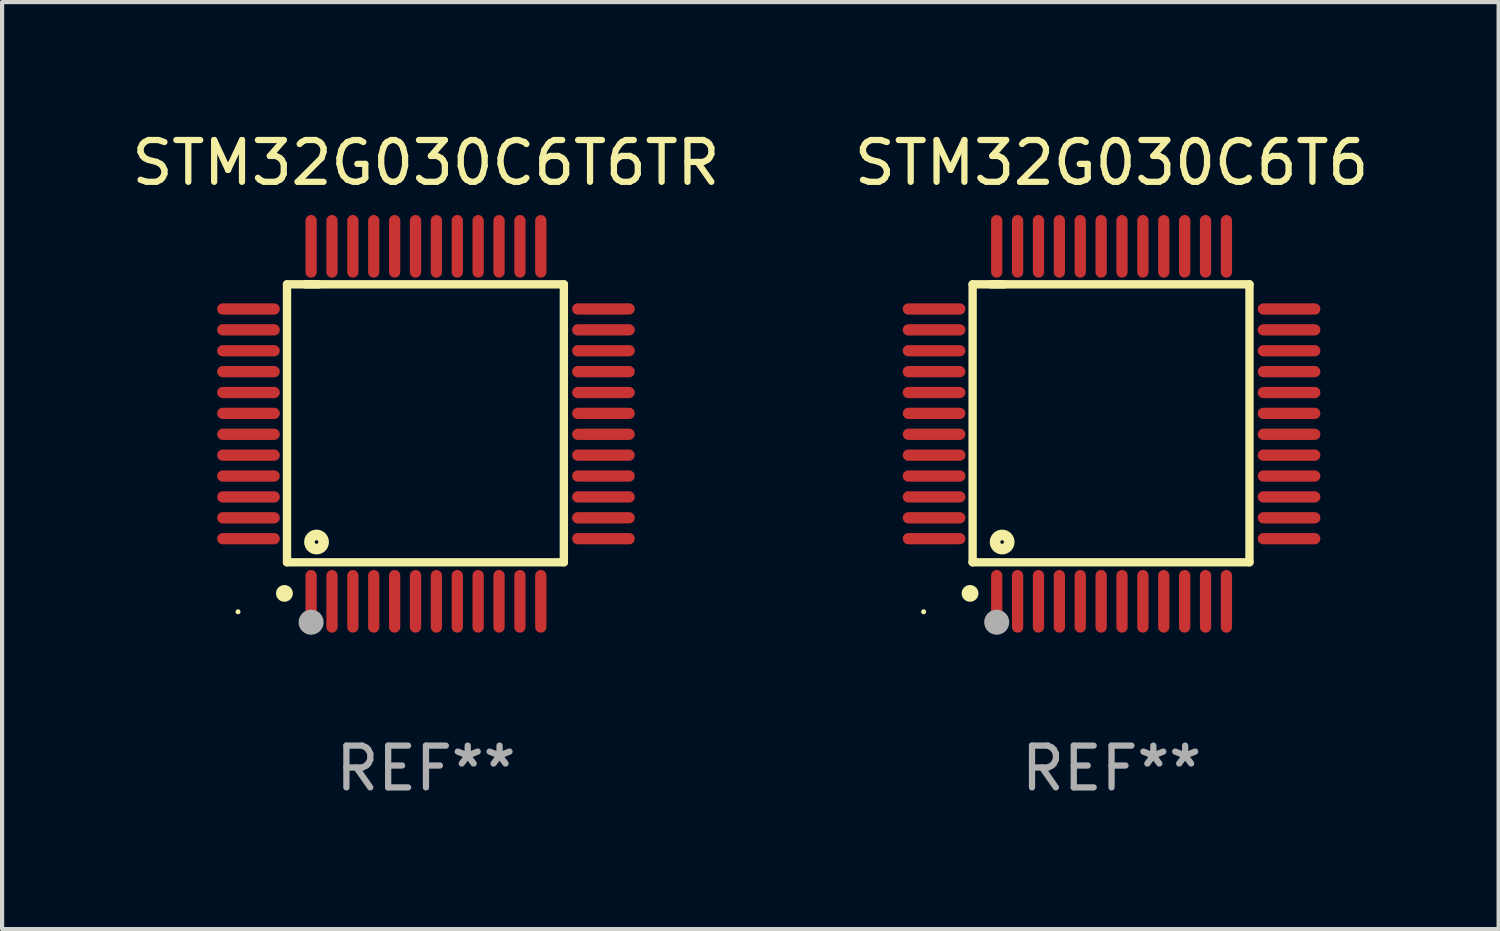
<source format=kicad_pcb>
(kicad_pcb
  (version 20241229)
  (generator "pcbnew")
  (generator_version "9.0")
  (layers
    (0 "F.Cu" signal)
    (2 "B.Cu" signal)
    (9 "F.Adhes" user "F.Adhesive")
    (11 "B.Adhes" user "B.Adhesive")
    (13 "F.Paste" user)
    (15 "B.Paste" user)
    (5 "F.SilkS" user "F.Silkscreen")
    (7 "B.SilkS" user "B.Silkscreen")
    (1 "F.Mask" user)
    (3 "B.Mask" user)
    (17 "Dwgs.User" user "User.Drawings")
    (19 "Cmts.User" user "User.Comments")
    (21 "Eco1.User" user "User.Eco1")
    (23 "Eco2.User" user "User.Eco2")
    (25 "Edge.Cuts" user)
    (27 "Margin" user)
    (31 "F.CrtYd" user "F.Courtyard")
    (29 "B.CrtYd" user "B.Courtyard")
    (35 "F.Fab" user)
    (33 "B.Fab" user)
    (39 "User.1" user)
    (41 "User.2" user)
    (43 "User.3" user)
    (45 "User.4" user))
  (footprint "STM32G030C6T6TR"
    (layer "F.Cu")
    (at 7.149 7.098)
    (property "Reference" "STM32G030C6T6TR" (at 0 -6.25 0) (layer "F.SilkS") (effects (font (size 1 1) (thickness 0.15))))
    (attr through_hole)
    (fp_line (start -3.327 -3.34) (end -2.565 -3.34) (stroke (width 0.2) (type solid)) (layer "F.SilkS"))
    (fp_line (start -3.327 3.315) (end -3.327 -3.34) (stroke (width 0.2) (type solid)) (layer "F.SilkS"))
    (fp_line (start -2.896 -3.34) (end 3.302 -3.34) (stroke (width 0.2) (type solid)) (layer "F.SilkS"))
    (fp_line (start 3.302 -3.34) (end 3.302 3.315) (stroke (width 0.2) (type solid)) (layer "F.SilkS"))
    (fp_line (start 3.302 3.315) (end -3.327 3.315) (stroke (width 0.2) (type solid)) (layer "F.SilkS"))
    (fp_arc (start -3.389992 4.059995) (mid -3.388722 4.059991) (end -3.387452 4.059995) (stroke (width 0.4) (type solid)) (layer "F.SilkS"))
    (fp_circle (center -4.5 4.5) (end -4.47 4.5) (stroke (width 0.06) (type solid)) (fill no) (layer "F.SilkS"))
    (fp_circle (center -2.62 2.83) (end -2.45 2.83) (stroke (width 0.254) (type solid)) (fill no) (layer "F.SilkS"))
    (fp_circle (center -2.75 4.75) (end -2.6 4.75) (stroke (width 0.3) (type solid)) (fill no) (layer "F.Fab"))
    (fp_text user "REF**" (at 0 8.25 0) (layer "F.Fab") (effects (font (size 1 1) (thickness 0.15))))
    (pad "1" smd oval (at -2.75 4.25) (size 0.27 1.5) (layers "F.Cu" "F.Mask" "F.Paste"))
    (pad "2" smd oval (at -2.25 4.25) (size 0.27 1.5) (layers "F.Cu" "F.Mask" "F.Paste"))
    (pad "3" smd oval (at -1.75 4.25) (size 0.27 1.5) (layers "F.Cu" "F.Mask" "F.Paste"))
    (pad "4" smd oval (at -1.25 4.25) (size 0.27 1.5) (layers "F.Cu" "F.Mask" "F.Paste"))
    (pad "5" smd oval (at -0.75 4.25) (size 0.27 1.5) (layers "F.Cu" "F.Mask" "F.Paste"))
    (pad "6" smd oval (at -0.25 4.25) (size 0.27 1.5) (layers "F.Cu" "F.Mask" "F.Paste"))
    (pad "7" smd oval (at 0.25 4.25) (size 0.27 1.5) (layers "F.Cu" "F.Mask" "F.Paste"))
    (pad "8" smd oval (at 0.75 4.25) (size 0.27 1.5) (layers "F.Cu" "F.Mask" "F.Paste"))
    (pad "9" smd oval (at 1.25 4.25) (size 0.27 1.5) (layers "F.Cu" "F.Mask" "F.Paste"))
    (pad "10" smd oval (at 1.75 4.25) (size 0.27 1.5) (layers "F.Cu" "F.Mask" "F.Paste"))
    (pad "11" smd oval (at 2.25 4.25) (size 0.27 1.5) (layers "F.Cu" "F.Mask" "F.Paste"))
    (pad "12" smd oval (at 2.75 4.25) (size 0.27 1.5) (layers "F.Cu" "F.Mask" "F.Paste"))
    (pad "13" smd oval (at 4.25 2.75) (size 1.5 0.27) (layers "F.Cu" "F.Mask" "F.Paste"))
    (pad "14" smd oval (at 4.25 2.25) (size 1.5 0.27) (layers "F.Cu" "F.Mask" "F.Paste"))
    (pad "15" smd oval (at 4.25 1.75) (size 1.5 0.27) (layers "F.Cu" "F.Mask" "F.Paste"))
    (pad "16" smd oval (at 4.25 1.25) (size 1.5 0.27) (layers "F.Cu" "F.Mask" "F.Paste"))
    (pad "17" smd oval (at 4.25 0.75) (size 1.5 0.27) (layers "F.Cu" "F.Mask" "F.Paste"))
    (pad "18" smd oval (at 4.25 0.25) (size 1.5 0.27) (layers "F.Cu" "F.Mask" "F.Paste"))
    (pad "19" smd oval (at 4.25 -0.25) (size 1.5 0.27) (layers "F.Cu" "F.Mask" "F.Paste"))
    (pad "20" smd oval (at 4.25 -0.75) (size 1.5 0.27) (layers "F.Cu" "F.Mask" "F.Paste"))
    (pad "21" smd oval (at 4.25 -1.25) (size 1.5 0.27) (layers "F.Cu" "F.Mask" "F.Paste"))
    (pad "22" smd oval (at 4.25 -1.75) (size 1.5 0.27) (layers "F.Cu" "F.Mask" "F.Paste"))
    (pad "23" smd oval (at 4.25 -2.25) (size 1.5 0.27) (layers "F.Cu" "F.Mask" "F.Paste"))
    (pad "24" smd oval (at 4.25 -2.75) (size 1.5 0.27) (layers "F.Cu" "F.Mask" "F.Paste"))
    (pad "25" smd oval (at 2.75 -4.25) (size 0.27 1.5) (layers "F.Cu" "F.Mask" "F.Paste"))
    (pad "26" smd oval (at 2.25 -4.25) (size 0.27 1.5) (layers "F.Cu" "F.Mask" "F.Paste"))
    (pad "27" smd oval (at 1.75 -4.25) (size 0.27 1.5) (layers "F.Cu" "F.Mask" "F.Paste"))
    (pad "28" smd oval (at 1.25 -4.25) (size 0.27 1.5) (layers "F.Cu" "F.Mask" "F.Paste"))
    (pad "29" smd oval (at 0.75 -4.25) (size 0.27 1.5) (layers "F.Cu" "F.Mask" "F.Paste"))
    (pad "30" smd oval (at 0.25 -4.25) (size 0.27 1.5) (layers "F.Cu" "F.Mask" "F.Paste"))
    (pad "31" smd oval (at -0.25 -4.25) (size 0.27 1.5) (layers "F.Cu" "F.Mask" "F.Paste"))
    (pad "32" smd oval (at -0.75 -4.25) (size 0.27 1.5) (layers "F.Cu" "F.Mask" "F.Paste"))
    (pad "33" smd oval (at -1.25 -4.25) (size 0.27 1.5) (layers "F.Cu" "F.Mask" "F.Paste"))
    (pad "34" smd oval (at -1.75 -4.25) (size 0.27 1.5) (layers "F.Cu" "F.Mask" "F.Paste"))
    (pad "35" smd oval (at -2.25 -4.25) (size 0.27 1.5) (layers "F.Cu" "F.Mask" "F.Paste"))
    (pad "36" smd oval (at -2.75 -4.25) (size 0.27 1.5) (layers "F.Cu" "F.Mask" "F.Paste"))
    (pad "37" smd oval (at -4.25 -2.75) (size 1.5 0.27) (layers "F.Cu" "F.Mask" "F.Paste"))
    (pad "38" smd oval (at -4.25 -2.25) (size 1.5 0.27) (layers "F.Cu" "F.Mask" "F.Paste"))
    (pad "39" smd oval (at -4.25 -1.75) (size 1.5 0.27) (layers "F.Cu" "F.Mask" "F.Paste"))
    (pad "40" smd oval (at -4.25 -1.25) (size 1.5 0.27) (layers "F.Cu" "F.Mask" "F.Paste"))
    (pad "41" smd oval (at -4.25 -0.75) (size 1.5 0.27) (layers "F.Cu" "F.Mask" "F.Paste"))
    (pad "42" smd oval (at -4.25 -0.25) (size 1.5 0.27) (layers "F.Cu" "F.Mask" "F.Paste"))
    (pad "43" smd oval (at -4.25 0.25) (size 1.5 0.27) (layers "F.Cu" "F.Mask" "F.Paste"))
    (pad "44" smd oval (at -4.25 0.75) (size 1.5 0.27) (layers "F.Cu" "F.Mask" "F.Paste"))
    (pad "45" smd oval (at -4.25 1.25) (size 1.5 0.27) (layers "F.Cu" "F.Mask" "F.Paste"))
    (pad "46" smd oval (at -4.25 1.75) (size 1.5 0.27) (layers "F.Cu" "F.Mask" "F.Paste"))
    (pad "47" smd oval (at -4.25 2.25) (size 1.5 0.27) (layers "F.Cu" "F.Mask" "F.Paste"))
    (pad "48" smd oval (at -4.25 2.75) (size 1.5 0.27) (layers "F.Cu" "F.Mask" "F.Paste")))
  (footprint "STM32G030C6T6"
    (layer "F.Cu")
    (at 23.565 7.098)
    (property "Reference" "STM32G030C6T6" (at 0 -6.25 0) (layer "F.SilkS") (effects (font (size 1 1) (thickness 0.15))))
    (attr through_hole)
    (fp_line (start -3.327 -3.34) (end -2.565 -3.34) (stroke (width 0.2) (type solid)) (layer "F.SilkS"))
    (fp_line (start -3.327 3.315) (end -3.327 -3.34) (stroke (width 0.2) (type solid)) (layer "F.SilkS"))
    (fp_line (start -2.896 -3.34) (end 3.302 -3.34) (stroke (width 0.2) (type solid)) (layer "F.SilkS"))
    (fp_line (start 3.302 -3.34) (end 3.302 3.315) (stroke (width 0.2) (type solid)) (layer "F.SilkS"))
    (fp_line (start 3.302 3.315) (end -3.327 3.315) (stroke (width 0.2) (type solid)) (layer "F.SilkS"))
    (fp_arc (start -3.389992 4.059995) (mid -3.388722 4.059991) (end -3.387452 4.059995) (stroke (width 0.4) (type solid)) (layer "F.SilkS"))
    (fp_circle (center -4.5 4.5) (end -4.47 4.5) (stroke (width 0.06) (type solid)) (fill no) (layer "F.SilkS"))
    (fp_circle (center -2.62 2.83) (end -2.45 2.83) (stroke (width 0.254) (type solid)) (fill no) (layer "F.SilkS"))
    (fp_circle (center -2.75 4.75) (end -2.6 4.75) (stroke (width 0.3) (type solid)) (fill no) (layer "F.Fab"))
    (fp_text user "REF**" (at 0 8.25 0) (layer "F.Fab") (effects (font (size 1 1) (thickness 0.15))))
    (pad "1" smd oval (at -2.75 4.25) (size 0.27 1.5) (layers "F.Cu" "F.Mask" "F.Paste"))
    (pad "2" smd oval (at -2.25 4.25) (size 0.27 1.5) (layers "F.Cu" "F.Mask" "F.Paste"))
    (pad "3" smd oval (at -1.75 4.25) (size 0.27 1.5) (layers "F.Cu" "F.Mask" "F.Paste"))
    (pad "4" smd oval (at -1.25 4.25) (size 0.27 1.5) (layers "F.Cu" "F.Mask" "F.Paste"))
    (pad "5" smd oval (at -0.75 4.25) (size 0.27 1.5) (layers "F.Cu" "F.Mask" "F.Paste"))
    (pad "6" smd oval (at -0.25 4.25) (size 0.27 1.5) (layers "F.Cu" "F.Mask" "F.Paste"))
    (pad "7" smd oval (at 0.25 4.25) (size 0.27 1.5) (layers "F.Cu" "F.Mask" "F.Paste"))
    (pad "8" smd oval (at 0.75 4.25) (size 0.27 1.5) (layers "F.Cu" "F.Mask" "F.Paste"))
    (pad "9" smd oval (at 1.25 4.25) (size 0.27 1.5) (layers "F.Cu" "F.Mask" "F.Paste"))
    (pad "10" smd oval (at 1.75 4.25) (size 0.27 1.5) (layers "F.Cu" "F.Mask" "F.Paste"))
    (pad "11" smd oval (at 2.25 4.25) (size 0.27 1.5) (layers "F.Cu" "F.Mask" "F.Paste"))
    (pad "12" smd oval (at 2.75 4.25) (size 0.27 1.5) (layers "F.Cu" "F.Mask" "F.Paste"))
    (pad "13" smd oval (at 4.25 2.75) (size 1.5 0.27) (layers "F.Cu" "F.Mask" "F.Paste"))
    (pad "14" smd oval (at 4.25 2.25) (size 1.5 0.27) (layers "F.Cu" "F.Mask" "F.Paste"))
    (pad "15" smd oval (at 4.25 1.75) (size 1.5 0.27) (layers "F.Cu" "F.Mask" "F.Paste"))
    (pad "16" smd oval (at 4.25 1.25) (size 1.5 0.27) (layers "F.Cu" "F.Mask" "F.Paste"))
    (pad "17" smd oval (at 4.25 0.75) (size 1.5 0.27) (layers "F.Cu" "F.Mask" "F.Paste"))
    (pad "18" smd oval (at 4.25 0.25) (size 1.5 0.27) (layers "F.Cu" "F.Mask" "F.Paste"))
    (pad "19" smd oval (at 4.25 -0.25) (size 1.5 0.27) (layers "F.Cu" "F.Mask" "F.Paste"))
    (pad "20" smd oval (at 4.25 -0.75) (size 1.5 0.27) (layers "F.Cu" "F.Mask" "F.Paste"))
    (pad "21" smd oval (at 4.25 -1.25) (size 1.5 0.27) (layers "F.Cu" "F.Mask" "F.Paste"))
    (pad "22" smd oval (at 4.25 -1.75) (size 1.5 0.27) (layers "F.Cu" "F.Mask" "F.Paste"))
    (pad "23" smd oval (at 4.25 -2.25) (size 1.5 0.27) (layers "F.Cu" "F.Mask" "F.Paste"))
    (pad "24" smd oval (at 4.25 -2.75) (size 1.5 0.27) (layers "F.Cu" "F.Mask" "F.Paste"))
    (pad "25" smd oval (at 2.75 -4.25) (size 0.27 1.5) (layers "F.Cu" "F.Mask" "F.Paste"))
    (pad "26" smd oval (at 2.25 -4.25) (size 0.27 1.5) (layers "F.Cu" "F.Mask" "F.Paste"))
    (pad "27" smd oval (at 1.75 -4.25) (size 0.27 1.5) (layers "F.Cu" "F.Mask" "F.Paste"))
    (pad "28" smd oval (at 1.25 -4.25) (size 0.27 1.5) (layers "F.Cu" "F.Mask" "F.Paste"))
    (pad "29" smd oval (at 0.75 -4.25) (size 0.27 1.5) (layers "F.Cu" "F.Mask" "F.Paste"))
    (pad "30" smd oval (at 0.25 -4.25) (size 0.27 1.5) (layers "F.Cu" "F.Mask" "F.Paste"))
    (pad "31" smd oval (at -0.25 -4.25) (size 0.27 1.5) (layers "F.Cu" "F.Mask" "F.Paste"))
    (pad "32" smd oval (at -0.75 -4.25) (size 0.27 1.5) (layers "F.Cu" "F.Mask" "F.Paste"))
    (pad "33" smd oval (at -1.25 -4.25) (size 0.27 1.5) (layers "F.Cu" "F.Mask" "F.Paste"))
    (pad "34" smd oval (at -1.75 -4.25) (size 0.27 1.5) (layers "F.Cu" "F.Mask" "F.Paste"))
    (pad "35" smd oval (at -2.25 -4.25) (size 0.27 1.5) (layers "F.Cu" "F.Mask" "F.Paste"))
    (pad "36" smd oval (at -2.75 -4.25) (size 0.27 1.5) (layers "F.Cu" "F.Mask" "F.Paste"))
    (pad "37" smd oval (at -4.25 -2.75) (size 1.5 0.27) (layers "F.Cu" "F.Mask" "F.Paste"))
    (pad "38" smd oval (at -4.25 -2.25) (size 1.5 0.27) (layers "F.Cu" "F.Mask" "F.Paste"))
    (pad "39" smd oval (at -4.25 -1.75) (size 1.5 0.27) (layers "F.Cu" "F.Mask" "F.Paste"))
    (pad "40" smd oval (at -4.25 -1.25) (size 1.5 0.27) (layers "F.Cu" "F.Mask" "F.Paste"))
    (pad "41" smd oval (at -4.25 -0.75) (size 1.5 0.27) (layers "F.Cu" "F.Mask" "F.Paste"))
    (pad "42" smd oval (at -4.25 -0.25) (size 1.5 0.27) (layers "F.Cu" "F.Mask" "F.Paste"))
    (pad "43" smd oval (at -4.25 0.25) (size 1.5 0.27) (layers "F.Cu" "F.Mask" "F.Paste"))
    (pad "44" smd oval (at -4.25 0.75) (size 1.5 0.27) (layers "F.Cu" "F.Mask" "F.Paste"))
    (pad "45" smd oval (at -4.25 1.25) (size 1.5 0.27) (layers "F.Cu" "F.Mask" "F.Paste"))
    (pad "46" smd oval (at -4.25 1.75) (size 1.5 0.27) (layers "F.Cu" "F.Mask" "F.Paste"))
    (pad "47" smd oval (at -4.25 2.25) (size 1.5 0.27) (layers "F.Cu" "F.Mask" "F.Paste"))
    (pad "48" smd oval (at -4.25 2.75) (size 1.5 0.27) (layers "F.Cu" "F.Mask" "F.Paste")))
  (gr_rect
    (start -3 -3)
    (end 32.833 19.196)
    (stroke (width 0.1) (type default))
    (fill no)
    (layer "Edge.Cuts")))
</source>
